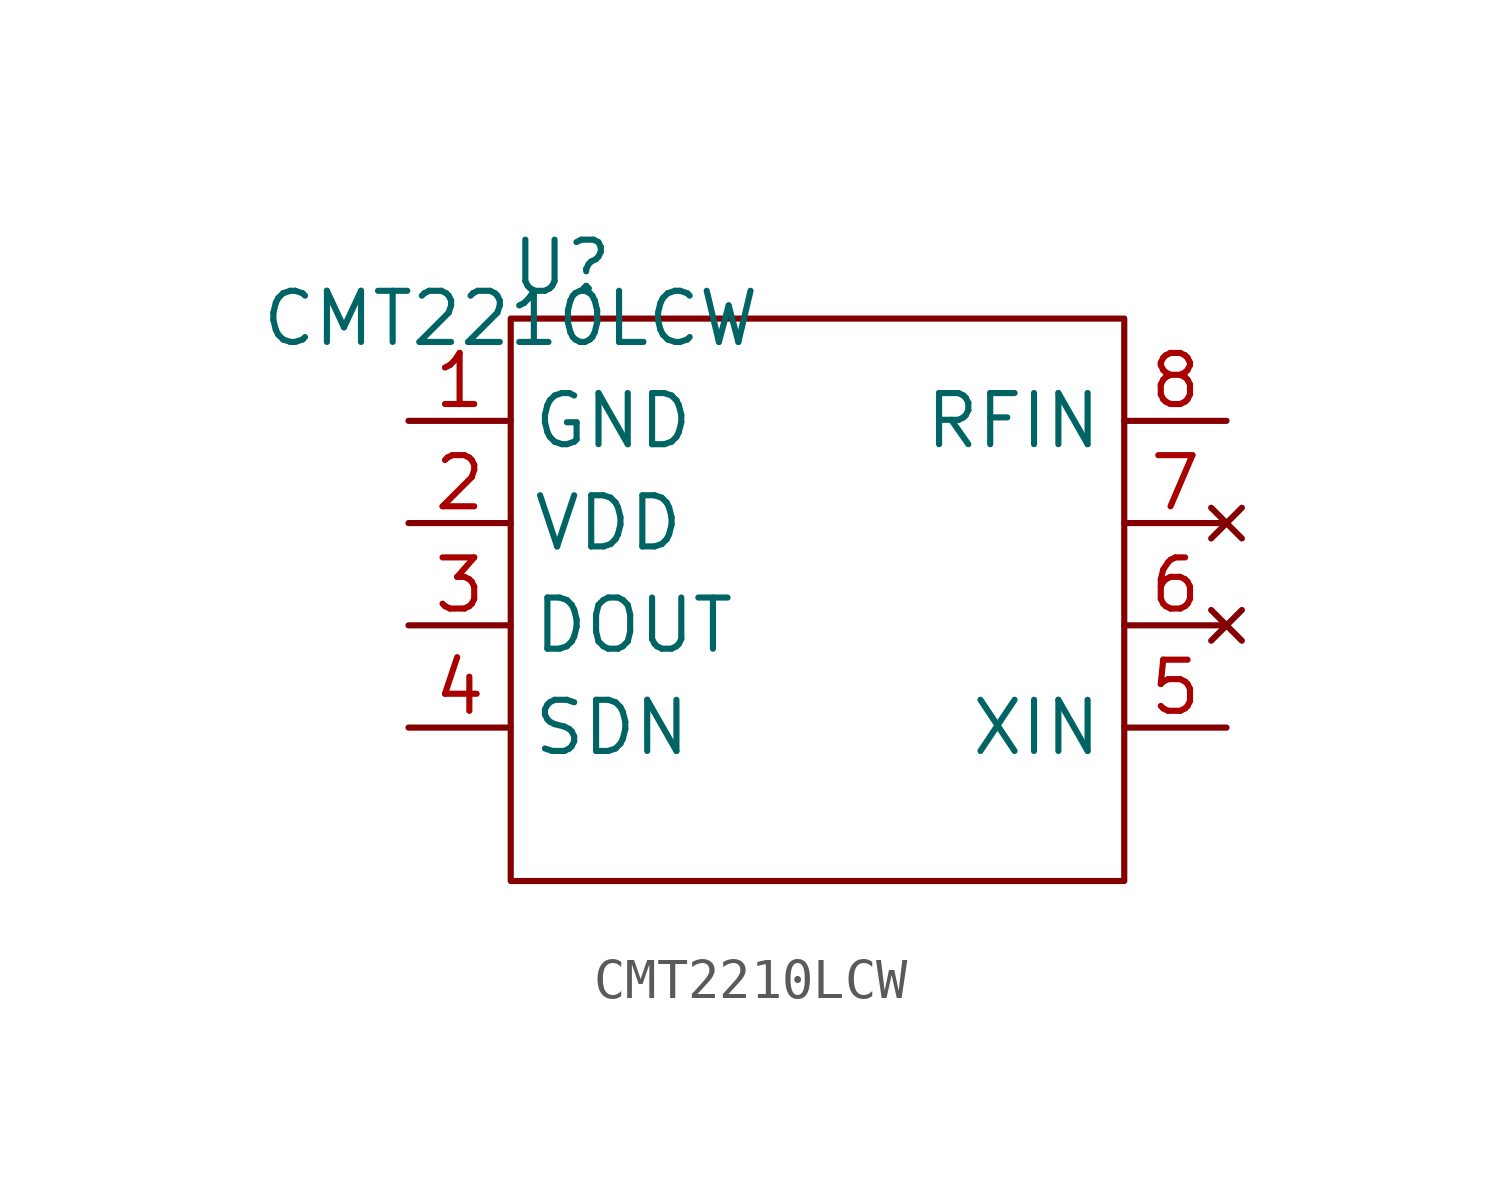
<source format=kicad_sym>
(kicad_symbol_lib
  (version 20220914)
  (generator kicad_symbol_editor)
  (symbol "CMT2210LCW"
    (property "Reference" "U"
      (at 1.27 1.27 0)
      (effects (font (size 1.27 1.27))))
    (property "Value" "CMT2210LCW"
      (at 0 0 0)
      (effects (font (size 1.27 1.27))))
    (symbol "CMT2210LCW_0_1"
      (rectangle (start 0 0) (end 15.24 -13.97) (stroke (width 0) (type default)) (fill (type none))))
    (symbol "CMT2210LCW_1_1"
      (pin power_in line (at -2.54 -2.54 0) (length 2.54) (name "GND" (effects (font (size 1.27 1.27)))) (number "1" (effects (font (size 1.27 1.27)))))
      (pin power_in line (at -2.54 -5.08 0) (length 2.54) (name "VDD" (effects (font (size 1.27 1.27)))) (number "2" (effects (font (size 1.27 1.27)))))
      (pin output line (at -2.54 -7.62 0) (length 2.54) (name "DOUT" (effects (font (size 1.27 1.27)))) (number "3" (effects (font (size 1.27 1.27)))))
      (pin input line (at -2.54 -10.16 0) (length 2.54) (name "SDN" (effects (font (size 1.27 1.27)))) (number "4" (effects (font (size 1.27 1.27)))))
      (pin input line (at 17.78 -10.16 180) (length 2.54) (name "XIN" (effects (font (size 1.27 1.27)))) (number "5" (effects (font (size 1.27 1.27)))))
      (pin no_connect line (at 17.78 -7.62 180) (length 2.54) (name "" (effects (font (size 1.27 1.27)))) (number "6" (effects (font (size 1.27 1.27)))))
      (pin no_connect line (at 17.78 -5.08 180) (length 2.54) (name "" (effects (font (size 1.27 1.27)))) (number "7" (effects (font (size 1.27 1.27)))))
      (pin passive line (at 17.78 -2.54 180) (length 2.54) (name "RFIN" (effects (font (size 1.27 1.27)))) (number "8" (effects (font (size 1.27 1.27))))))))
</source>
